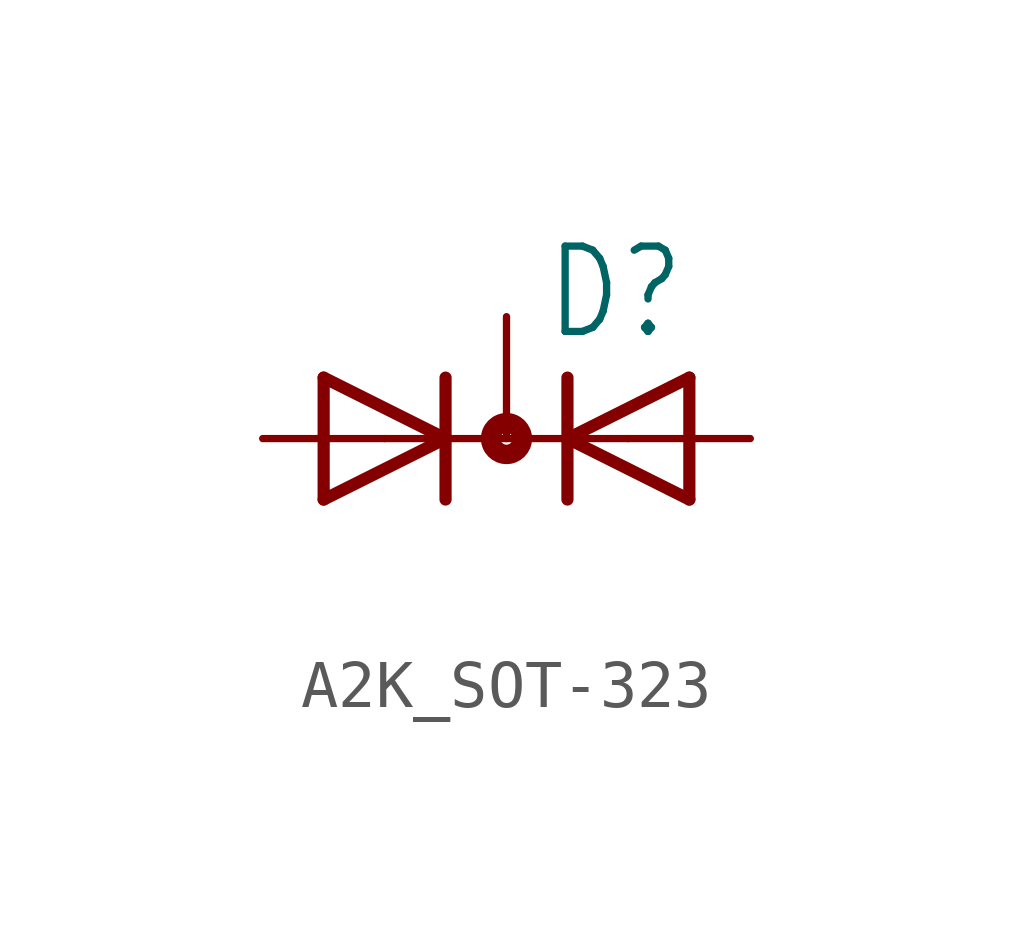
<source format=kicad_sym>
(kicad_symbol_lib
  (version 20241209)
  (generator "kicad_symbol_editor")
  (generator_version "9.0")
  (symbol "A2K_SOT-323"
    (property "Reference" "D"
      (at 0.762 2.007 0)
      (effects (font (size 1.778 1.511)) (justify left bottom)))
    (property "Value" ""
      (at -4.826 -3.454 0)
      (effects (font (size 1.778 1.511)) (justify left bottom)))
    (property "ki_locked" ""
      (at 0 0 0)
      (effects (font (size 1.27 1.27))))
    (symbol "A2K_SOT-323_1_0"
      (polyline (pts (xy -3.81 1.27) (xy -3.81 -1.27)) (stroke (width 0.254) (type solid)) (fill (type none)))
      (polyline (pts (xy -3.81 -1.27) (xy -1.27 0)) (stroke (width 0.254) (type solid)) (fill (type none)))
      (polyline (pts (xy -2.54 0) (xy -1.27 0)) (stroke (width 0.152) (type solid)) (fill (type none)))
      (polyline (pts (xy -1.27 1.27) (xy -1.27 0)) (stroke (width 0.254) (type solid)) (fill (type none)))
      (polyline (pts (xy -1.27 0) (xy -3.81 1.27)) (stroke (width 0.254) (type solid)) (fill (type none)))
      (polyline (pts (xy -1.27 0) (xy -1.27 -1.27)) (stroke (width 0.254) (type solid)) (fill (type none)))
      (polyline (pts (xy -1.27 0) (xy 1.27 0)) (stroke (width 0.152) (type solid)) (fill (type none)))
      (circle (center 0 0) (radius 0.127) (stroke (width 0.406) (type solid)) (fill (type none)))
      (polyline (pts (xy 1.27 0) (xy 1.27 1.27)) (stroke (width 0.254) (type solid)) (fill (type none)))
      (polyline (pts (xy 1.27 0) (xy 3.81 -1.27)) (stroke (width 0.254) (type solid)) (fill (type none)))
      (polyline (pts (xy 1.27 -1.27) (xy 1.27 0)) (stroke (width 0.254) (type solid)) (fill (type none)))
      (polyline (pts (xy 2.54 0) (xy 1.27 0)) (stroke (width 0.152) (type solid)) (fill (type none)))
      (polyline (pts (xy 3.81 1.27) (xy 1.27 0)) (stroke (width 0.254) (type solid)) (fill (type none)))
      (polyline (pts (xy 3.81 -1.27) (xy 3.81 1.27)) (stroke (width 0.254) (type solid)) (fill (type none)))
      (pin passive line (at -5.08 0 0) (length 2.54) (name "A1" (effects (font (size 0 0)))) (number "1" (effects (font (size 0 0)))))
      (pin passive line (at 0 2.54 270) (length 2.54) (name "K" (effects (font (size 0 0)))) (number "3" (effects (font (size 0 0)))))
      (pin passive line (at 5.08 0 180) (length 2.54) (name "A2" (effects (font (size 0 0)))) (number "2" (effects (font (size 0 0))))))))
</source>
